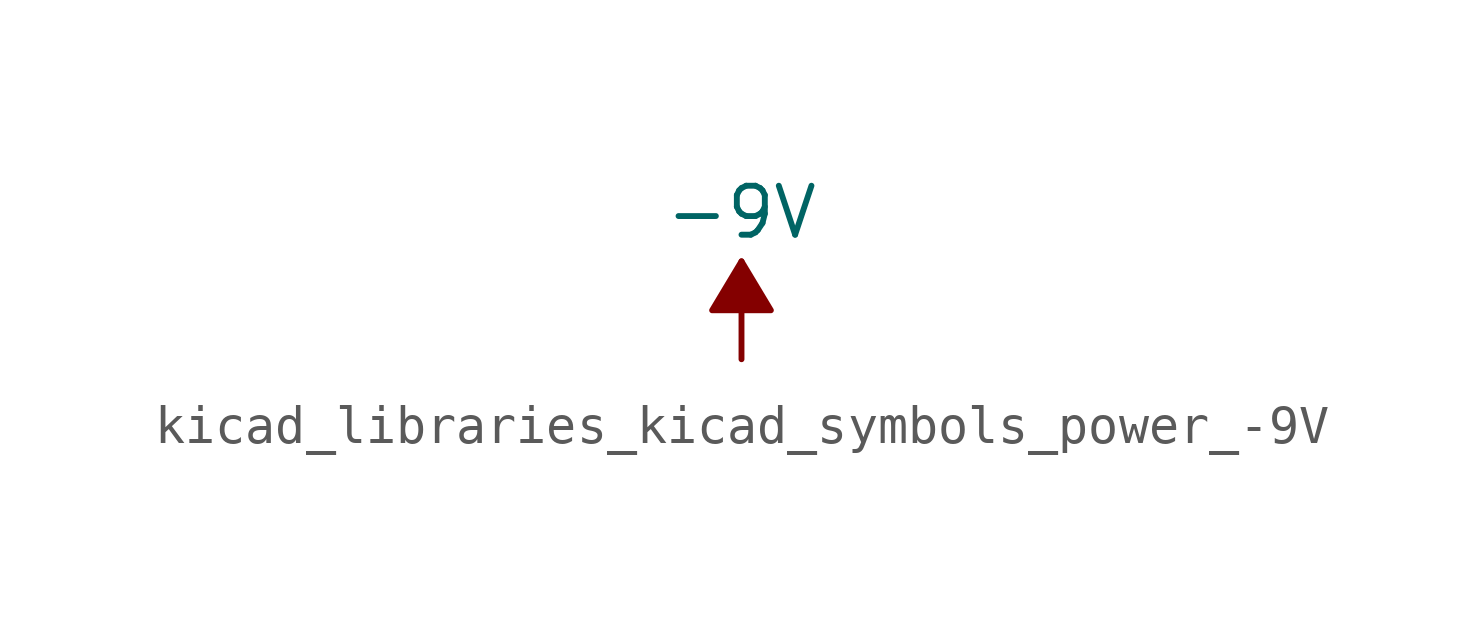
<source format=kicad_sym>
(kicad_symbol_lib
  (version 20220914)
  (generator kicad_symbol_editor)
  (symbol "kicad_libraries_kicad_symbols_power_-9V"
    (power)
    (pin_names
      (offset 0))
    (property "Reference" "#PWR"
      (at 0 -3.175 0)
      (effects (font (size 1.27 1.27)) hide))
    (property "Value" "-9V"
      (at 0 3.81 0)
      (effects (font (size 1.27 1.27))))
    (symbol "kicad_libraries_kicad_symbols_power_-9V_0_1"
      (polyline (pts (xy 0 0) (xy 0 2.54)) (stroke (width 0) (type default)) (fill (type none)))
      (polyline (pts (xy 0.762 1.27) (xy -0.762 1.27) (xy 0 2.54) (xy 0.762 1.27)) (stroke (width 0) (type default)) (fill (type outline))))
    (symbol "kicad_libraries_kicad_symbols_power_-9V_1_1"
      (pin power_in line (at 0 0 90) (length 0) hide (name "-9V" (effects (font (size 1.27 1.27)))) (number "1" (effects (font (size 1.27 1.27))))))))
</source>
